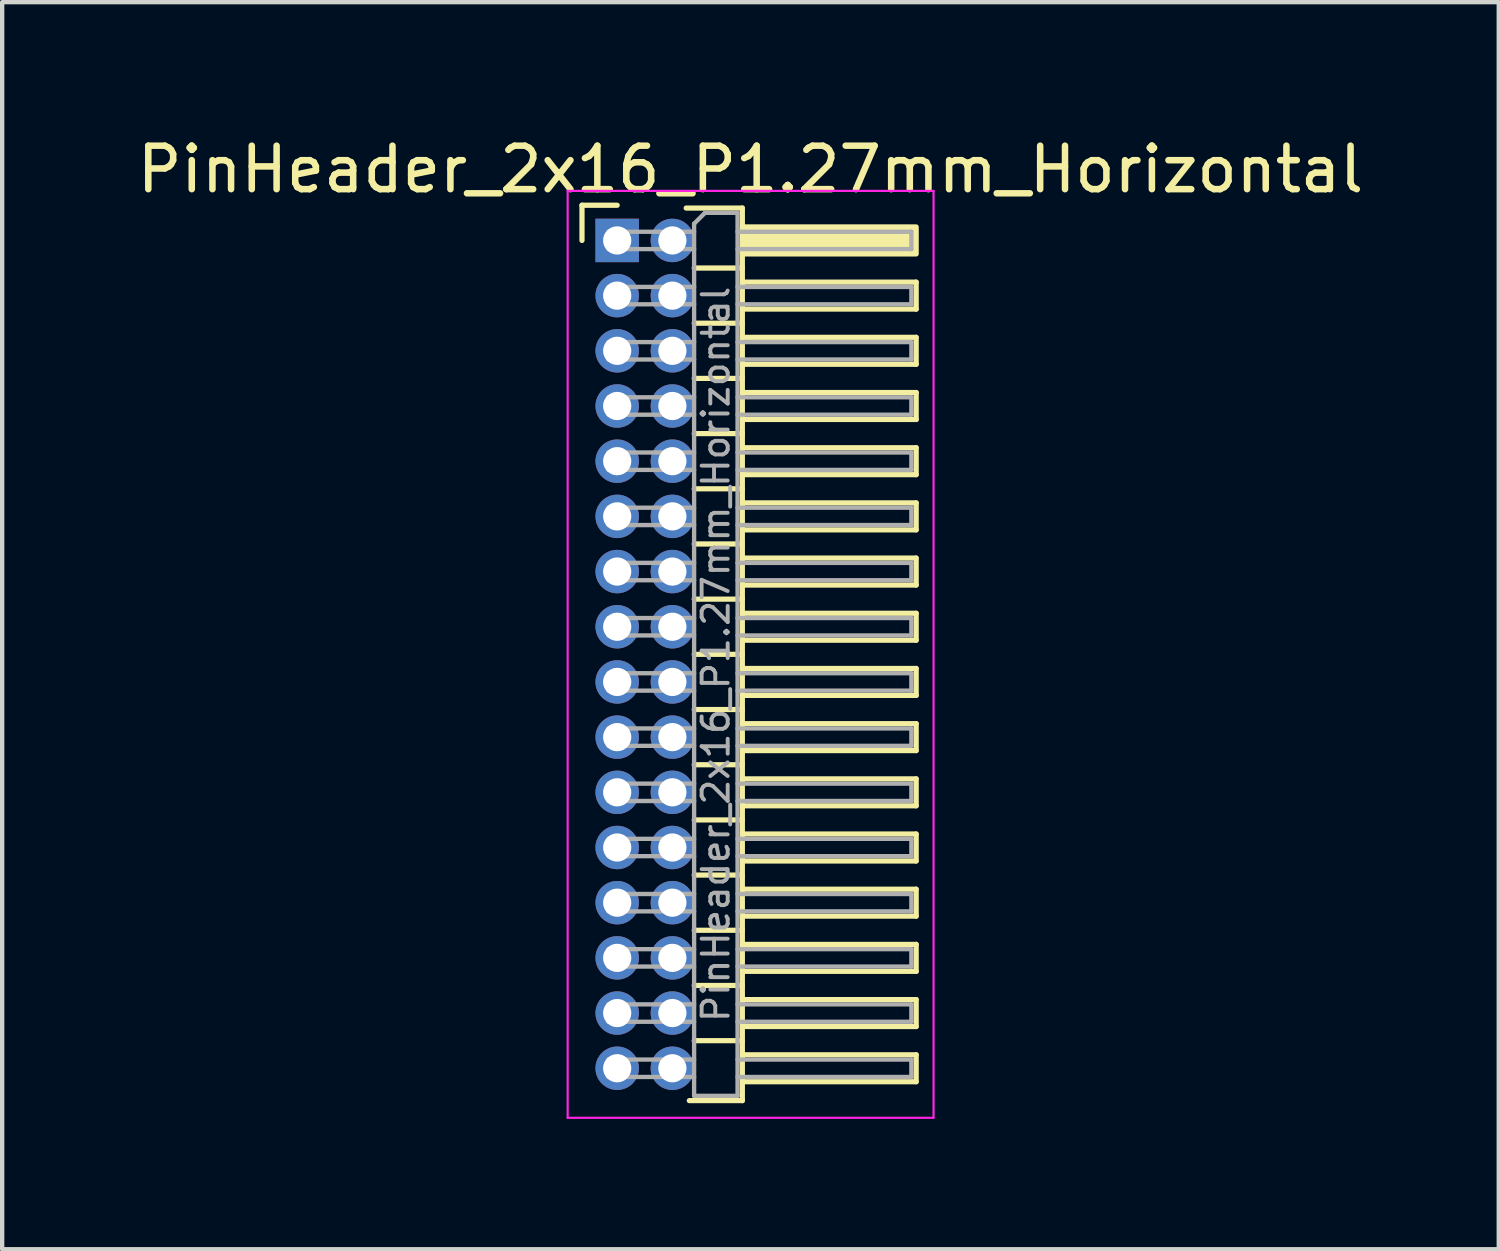
<source format=kicad_pcb>
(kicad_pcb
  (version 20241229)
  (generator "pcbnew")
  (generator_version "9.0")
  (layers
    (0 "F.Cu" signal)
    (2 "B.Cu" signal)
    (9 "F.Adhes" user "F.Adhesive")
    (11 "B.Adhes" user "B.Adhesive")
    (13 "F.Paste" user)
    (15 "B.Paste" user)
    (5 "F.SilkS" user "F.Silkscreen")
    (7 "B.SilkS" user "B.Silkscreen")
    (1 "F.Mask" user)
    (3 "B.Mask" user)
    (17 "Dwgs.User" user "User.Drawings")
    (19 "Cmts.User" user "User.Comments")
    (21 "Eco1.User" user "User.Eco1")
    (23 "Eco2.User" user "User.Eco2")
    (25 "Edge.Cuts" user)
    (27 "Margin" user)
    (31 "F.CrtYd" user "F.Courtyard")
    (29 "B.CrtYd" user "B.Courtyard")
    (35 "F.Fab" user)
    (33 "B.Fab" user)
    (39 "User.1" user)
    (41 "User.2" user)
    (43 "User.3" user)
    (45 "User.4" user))
  (footprint "PinHeader_2x16_P1.27mm_Horizontal"
    (layer "F.Cu")
    (at 11.153 2.483)
    (property "Reference" "PinHeader_2x16_P1.27mm_Horizontal" (at 3.067 -1.635 0) (layer "F.SilkS") (effects (font (size 1 1) (thickness 0.15))))
    (attr through_hole)
    (fp_line (start -0.81 -0.81) (end 0 -0.81) (stroke (width 0.12) (type solid)) (layer "F.SilkS"))
    (fp_line (start -0.81 0) (end -0.81 -0.81) (stroke (width 0.12) (type solid)) (layer "F.SilkS"))
    (fp_line (start 1.588 -0.745) (end 2.88 -0.745) (stroke (width 0.12) (type solid)) (layer "F.SilkS"))
    (fp_line (start 1.773 0.635) (end 2.88 0.635) (stroke (width 0.12) (type solid)) (layer "F.SilkS"))
    (fp_line (start 1.773 1.905) (end 2.88 1.905) (stroke (width 0.12) (type solid)) (layer "F.SilkS"))
    (fp_line (start 1.773 3.175) (end 2.88 3.175) (stroke (width 0.12) (type solid)) (layer "F.SilkS"))
    (fp_line (start 1.773 4.445) (end 2.88 4.445) (stroke (width 0.12) (type solid)) (layer "F.SilkS"))
    (fp_line (start 1.773 5.715) (end 2.88 5.715) (stroke (width 0.12) (type solid)) (layer "F.SilkS"))
    (fp_line (start 1.773 6.985) (end 2.88 6.985) (stroke (width 0.12) (type solid)) (layer "F.SilkS"))
    (fp_line (start 1.773 8.255) (end 2.88 8.255) (stroke (width 0.12) (type solid)) (layer "F.SilkS"))
    (fp_line (start 1.773 9.525) (end 2.88 9.525) (stroke (width 0.12) (type solid)) (layer "F.SilkS"))
    (fp_line (start 1.773 10.795) (end 2.88 10.795) (stroke (width 0.12) (type solid)) (layer "F.SilkS"))
    (fp_line (start 1.773 12.065) (end 2.88 12.065) (stroke (width 0.12) (type solid)) (layer "F.SilkS"))
    (fp_line (start 1.773 13.335) (end 2.88 13.335) (stroke (width 0.12) (type solid)) (layer "F.SilkS"))
    (fp_line (start 1.773 14.605) (end 2.88 14.605) (stroke (width 0.12) (type solid)) (layer "F.SilkS"))
    (fp_line (start 1.773 15.875) (end 2.88 15.875) (stroke (width 0.12) (type solid)) (layer "F.SilkS"))
    (fp_line (start 1.773 17.145) (end 2.88 17.145) (stroke (width 0.12) (type solid)) (layer "F.SilkS"))
    (fp_line (start 1.773 18.415) (end 2.88 18.415) (stroke (width 0.12) (type solid)) (layer "F.SilkS"))
    (fp_line (start 2.88 -0.745) (end 2.88 19.795) (stroke (width 0.12) (type solid)) (layer "F.SilkS"))
    (fp_line (start 2.88 0.96) (end 6.88 0.96) (stroke (width 0.12) (type solid)) (layer "F.SilkS"))
    (fp_line (start 2.88 2.23) (end 6.88 2.23) (stroke (width 0.12) (type solid)) (layer "F.SilkS"))
    (fp_line (start 2.88 3.5) (end 6.88 3.5) (stroke (width 0.12) (type solid)) (layer "F.SilkS"))
    (fp_line (start 2.88 4.77) (end 6.88 4.77) (stroke (width 0.12) (type solid)) (layer "F.SilkS"))
    (fp_line (start 2.88 6.04) (end 6.88 6.04) (stroke (width 0.12) (type solid)) (layer "F.SilkS"))
    (fp_line (start 2.88 7.31) (end 6.88 7.31) (stroke (width 0.12) (type solid)) (layer "F.SilkS"))
    (fp_line (start 2.88 8.58) (end 6.88 8.58) (stroke (width 0.12) (type solid)) (layer "F.SilkS"))
    (fp_line (start 2.88 9.85) (end 6.88 9.85) (stroke (width 0.12) (type solid)) (layer "F.SilkS"))
    (fp_line (start 2.88 11.12) (end 6.88 11.12) (stroke (width 0.12) (type solid)) (layer "F.SilkS"))
    (fp_line (start 2.88 12.39) (end 6.88 12.39) (stroke (width 0.12) (type solid)) (layer "F.SilkS"))
    (fp_line (start 2.88 13.66) (end 6.88 13.66) (stroke (width 0.12) (type solid)) (layer "F.SilkS"))
    (fp_line (start 2.88 14.93) (end 6.88 14.93) (stroke (width 0.12) (type solid)) (layer "F.SilkS"))
    (fp_line (start 2.88 16.2) (end 6.88 16.2) (stroke (width 0.12) (type solid)) (layer "F.SilkS"))
    (fp_line (start 2.88 17.47) (end 6.88 17.47) (stroke (width 0.12) (type solid)) (layer "F.SilkS"))
    (fp_line (start 2.88 18.74) (end 6.88 18.74) (stroke (width 0.12) (type solid)) (layer "F.SilkS"))
    (fp_line (start 2.88 19.795) (end 1.66 19.795) (stroke (width 0.12) (type solid)) (layer "F.SilkS"))
    (fp_line (start 6.88 0.96) (end 6.88 1.58) (stroke (width 0.12) (type solid)) (layer "F.SilkS"))
    (fp_line (start 6.88 1.58) (end 2.88 1.58) (stroke (width 0.12) (type solid)) (layer "F.SilkS"))
    (fp_line (start 6.88 2.23) (end 6.88 2.85) (stroke (width 0.12) (type solid)) (layer "F.SilkS"))
    (fp_line (start 6.88 2.85) (end 2.88 2.85) (stroke (width 0.12) (type solid)) (layer "F.SilkS"))
    (fp_line (start 6.88 3.5) (end 6.88 4.12) (stroke (width 0.12) (type solid)) (layer "F.SilkS"))
    (fp_line (start 6.88 4.12) (end 2.88 4.12) (stroke (width 0.12) (type solid)) (layer "F.SilkS"))
    (fp_line (start 6.88 4.77) (end 6.88 5.39) (stroke (width 0.12) (type solid)) (layer "F.SilkS"))
    (fp_line (start 6.88 5.39) (end 2.88 5.39) (stroke (width 0.12) (type solid)) (layer "F.SilkS"))
    (fp_line (start 6.88 6.04) (end 6.88 6.66) (stroke (width 0.12) (type solid)) (layer "F.SilkS"))
    (fp_line (start 6.88 6.66) (end 2.88 6.66) (stroke (width 0.12) (type solid)) (layer "F.SilkS"))
    (fp_line (start 6.88 7.31) (end 6.88 7.93) (stroke (width 0.12) (type solid)) (layer "F.SilkS"))
    (fp_line (start 6.88 7.93) (end 2.88 7.93) (stroke (width 0.12) (type solid)) (layer "F.SilkS"))
    (fp_line (start 6.88 8.58) (end 6.88 9.2) (stroke (width 0.12) (type solid)) (layer "F.SilkS"))
    (fp_line (start 6.88 9.2) (end 2.88 9.2) (stroke (width 0.12) (type solid)) (layer "F.SilkS"))
    (fp_line (start 6.88 9.85) (end 6.88 10.47) (stroke (width 0.12) (type solid)) (layer "F.SilkS"))
    (fp_line (start 6.88 10.47) (end 2.88 10.47) (stroke (width 0.12) (type solid)) (layer "F.SilkS"))
    (fp_line (start 6.88 11.12) (end 6.88 11.74) (stroke (width 0.12) (type solid)) (layer "F.SilkS"))
    (fp_line (start 6.88 11.74) (end 2.88 11.74) (stroke (width 0.12) (type solid)) (layer "F.SilkS"))
    (fp_line (start 6.88 12.39) (end 6.88 13.01) (stroke (width 0.12) (type solid)) (layer "F.SilkS"))
    (fp_line (start 6.88 13.01) (end 2.88 13.01) (stroke (width 0.12) (type solid)) (layer "F.SilkS"))
    (fp_line (start 6.88 13.66) (end 6.88 14.28) (stroke (width 0.12) (type solid)) (layer "F.SilkS"))
    (fp_line (start 6.88 14.28) (end 2.88 14.28) (stroke (width 0.12) (type solid)) (layer "F.SilkS"))
    (fp_line (start 6.88 14.93) (end 6.88 15.55) (stroke (width 0.12) (type solid)) (layer "F.SilkS"))
    (fp_line (start 6.88 15.55) (end 2.88 15.55) (stroke (width 0.12) (type solid)) (layer "F.SilkS"))
    (fp_line (start 6.88 16.2) (end 6.88 16.82) (stroke (width 0.12) (type solid)) (layer "F.SilkS"))
    (fp_line (start 6.88 16.82) (end 2.88 16.82) (stroke (width 0.12) (type solid)) (layer "F.SilkS"))
    (fp_line (start 6.88 17.47) (end 6.88 18.09) (stroke (width 0.12) (type solid)) (layer "F.SilkS"))
    (fp_line (start 6.88 18.09) (end 2.88 18.09) (stroke (width 0.12) (type solid)) (layer "F.SilkS"))
    (fp_line (start 6.88 18.74) (end 6.88 19.36) (stroke (width 0.12) (type solid)) (layer "F.SilkS"))
    (fp_line (start 6.88 19.36) (end 2.88 19.36) (stroke (width 0.12) (type solid)) (layer "F.SilkS"))
    (fp_rect (start 2.88 -0.31) (end 6.88 0.31) (stroke (width 0.12) (type solid)) (fill yes) (layer "F.SilkS"))
    (fp_line (start -1.14 -1.14) (end -1.14 20.19) (stroke (width 0.05) (type solid)) (layer "F.CrtYd"))
    (fp_line (start -1.14 20.19) (end 7.28 20.19) (stroke (width 0.05) (type solid)) (layer "F.CrtYd"))
    (fp_line (start 7.28 -1.14) (end -1.14 -1.14) (stroke (width 0.05) (type solid)) (layer "F.CrtYd"))
    (fp_line (start 7.28 20.19) (end 7.28 -1.14) (stroke (width 0.05) (type solid)) (layer "F.CrtYd"))
    (fp_line (start -0.2 -0.2) (end -0.2 0.2) (stroke (width 0.1) (type solid)) (layer "F.Fab"))
    (fp_line (start -0.2 -0.2) (end 1.77 -0.2) (stroke (width 0.1) (type solid)) (layer "F.Fab"))
    (fp_line (start -0.2 0.2) (end 1.77 0.2) (stroke (width 0.1) (type solid)) (layer "F.Fab"))
    (fp_line (start -0.2 1.07) (end -0.2 1.47) (stroke (width 0.1) (type solid)) (layer "F.Fab"))
    (fp_line (start -0.2 1.07) (end 1.77 1.07) (stroke (width 0.1) (type solid)) (layer "F.Fab"))
    (fp_line (start -0.2 1.47) (end 1.77 1.47) (stroke (width 0.1) (type solid)) (layer "F.Fab"))
    (fp_line (start -0.2 2.34) (end -0.2 2.74) (stroke (width 0.1) (type solid)) (layer "F.Fab"))
    (fp_line (start -0.2 2.34) (end 1.77 2.34) (stroke (width 0.1) (type solid)) (layer "F.Fab"))
    (fp_line (start -0.2 2.74) (end 1.77 2.74) (stroke (width 0.1) (type solid)) (layer "F.Fab"))
    (fp_line (start -0.2 3.61) (end -0.2 4.01) (stroke (width 0.1) (type solid)) (layer "F.Fab"))
    (fp_line (start -0.2 3.61) (end 1.77 3.61) (stroke (width 0.1) (type solid)) (layer "F.Fab"))
    (fp_line (start -0.2 4.01) (end 1.77 4.01) (stroke (width 0.1) (type solid)) (layer "F.Fab"))
    (fp_line (start -0.2 4.88) (end -0.2 5.28) (stroke (width 0.1) (type solid)) (layer "F.Fab"))
    (fp_line (start -0.2 4.88) (end 1.77 4.88) (stroke (width 0.1) (type solid)) (layer "F.Fab"))
    (fp_line (start -0.2 5.28) (end 1.77 5.28) (stroke (width 0.1) (type solid)) (layer "F.Fab"))
    (fp_line (start -0.2 6.15) (end -0.2 6.55) (stroke (width 0.1) (type solid)) (layer "F.Fab"))
    (fp_line (start -0.2 6.15) (end 1.77 6.15) (stroke (width 0.1) (type solid)) (layer "F.Fab"))
    (fp_line (start -0.2 6.55) (end 1.77 6.55) (stroke (width 0.1) (type solid)) (layer "F.Fab"))
    (fp_line (start -0.2 7.42) (end -0.2 7.82) (stroke (width 0.1) (type solid)) (layer "F.Fab"))
    (fp_line (start -0.2 7.42) (end 1.77 7.42) (stroke (width 0.1) (type solid)) (layer "F.Fab"))
    (fp_line (start -0.2 7.82) (end 1.77 7.82) (stroke (width 0.1) (type solid)) (layer "F.Fab"))
    (fp_line (start -0.2 8.69) (end -0.2 9.09) (stroke (width 0.1) (type solid)) (layer "F.Fab"))
    (fp_line (start -0.2 8.69) (end 1.77 8.69) (stroke (width 0.1) (type solid)) (layer "F.Fab"))
    (fp_line (start -0.2 9.09) (end 1.77 9.09) (stroke (width 0.1) (type solid)) (layer "F.Fab"))
    (fp_line (start -0.2 9.96) (end -0.2 10.36) (stroke (width 0.1) (type solid)) (layer "F.Fab"))
    (fp_line (start -0.2 9.96) (end 1.77 9.96) (stroke (width 0.1) (type solid)) (layer "F.Fab"))
    (fp_line (start -0.2 10.36) (end 1.77 10.36) (stroke (width 0.1) (type solid)) (layer "F.Fab"))
    (fp_line (start -0.2 11.23) (end -0.2 11.63) (stroke (width 0.1) (type solid)) (layer "F.Fab"))
    (fp_line (start -0.2 11.23) (end 1.77 11.23) (stroke (width 0.1) (type solid)) (layer "F.Fab"))
    (fp_line (start -0.2 11.63) (end 1.77 11.63) (stroke (width 0.1) (type solid)) (layer "F.Fab"))
    (fp_line (start -0.2 12.5) (end -0.2 12.9) (stroke (width 0.1) (type solid)) (layer "F.Fab"))
    (fp_line (start -0.2 12.5) (end 1.77 12.5) (stroke (width 0.1) (type solid)) (layer "F.Fab"))
    (fp_line (start -0.2 12.9) (end 1.77 12.9) (stroke (width 0.1) (type solid)) (layer "F.Fab"))
    (fp_line (start -0.2 13.77) (end -0.2 14.17) (stroke (width 0.1) (type solid)) (layer "F.Fab"))
    (fp_line (start -0.2 13.77) (end 1.77 13.77) (stroke (width 0.1) (type solid)) (layer "F.Fab"))
    (fp_line (start -0.2 14.17) (end 1.77 14.17) (stroke (width 0.1) (type solid)) (layer "F.Fab"))
    (fp_line (start -0.2 15.04) (end -0.2 15.44) (stroke (width 0.1) (type solid)) (layer "F.Fab"))
    (fp_line (start -0.2 15.04) (end 1.77 15.04) (stroke (width 0.1) (type solid)) (layer "F.Fab"))
    (fp_line (start -0.2 15.44) (end 1.77 15.44) (stroke (width 0.1) (type solid)) (layer "F.Fab"))
    (fp_line (start -0.2 16.31) (end -0.2 16.71) (stroke (width 0.1) (type solid)) (layer "F.Fab"))
    (fp_line (start -0.2 16.31) (end 1.77 16.31) (stroke (width 0.1) (type solid)) (layer "F.Fab"))
    (fp_line (start -0.2 16.71) (end 1.77 16.71) (stroke (width 0.1) (type solid)) (layer "F.Fab"))
    (fp_line (start -0.2 17.58) (end -0.2 17.98) (stroke (width 0.1) (type solid)) (layer "F.Fab"))
    (fp_line (start -0.2 17.58) (end 1.77 17.58) (stroke (width 0.1) (type solid)) (layer "F.Fab"))
    (fp_line (start -0.2 17.98) (end 1.77 17.98) (stroke (width 0.1) (type solid)) (layer "F.Fab"))
    (fp_line (start -0.2 18.85) (end -0.2 19.25) (stroke (width 0.1) (type solid)) (layer "F.Fab"))
    (fp_line (start -0.2 18.85) (end 1.77 18.85) (stroke (width 0.1) (type solid)) (layer "F.Fab"))
    (fp_line (start -0.2 19.25) (end 1.77 19.25) (stroke (width 0.1) (type solid)) (layer "F.Fab"))
    (fp_line (start 1.77 -0.385) (end 2.02 -0.635) (stroke (width 0.1) (type solid)) (layer "F.Fab"))
    (fp_line (start 1.77 19.685) (end 1.77 -0.385) (stroke (width 0.1) (type solid)) (layer "F.Fab"))
    (fp_line (start 2.02 -0.635) (end 2.77 -0.635) (stroke (width 0.1) (type solid)) (layer "F.Fab"))
    (fp_line (start 2.77 -0.635) (end 2.77 19.685) (stroke (width 0.1) (type solid)) (layer "F.Fab"))
    (fp_line (start 2.77 -0.2) (end 6.77 -0.2) (stroke (width 0.1) (type solid)) (layer "F.Fab"))
    (fp_line (start 2.77 0.2) (end 6.77 0.2) (stroke (width 0.1) (type solid)) (layer "F.Fab"))
    (fp_line (start 2.77 1.07) (end 6.77 1.07) (stroke (width 0.1) (type solid)) (layer "F.Fab"))
    (fp_line (start 2.77 1.47) (end 6.77 1.47) (stroke (width 0.1) (type solid)) (layer "F.Fab"))
    (fp_line (start 2.77 2.34) (end 6.77 2.34) (stroke (width 0.1) (type solid)) (layer "F.Fab"))
    (fp_line (start 2.77 2.74) (end 6.77 2.74) (stroke (width 0.1) (type solid)) (layer "F.Fab"))
    (fp_line (start 2.77 3.61) (end 6.77 3.61) (stroke (width 0.1) (type solid)) (layer "F.Fab"))
    (fp_line (start 2.77 4.01) (end 6.77 4.01) (stroke (width 0.1) (type solid)) (layer "F.Fab"))
    (fp_line (start 2.77 4.88) (end 6.77 4.88) (stroke (width 0.1) (type solid)) (layer "F.Fab"))
    (fp_line (start 2.77 5.28) (end 6.77 5.28) (stroke (width 0.1) (type solid)) (layer "F.Fab"))
    (fp_line (start 2.77 6.15) (end 6.77 6.15) (stroke (width 0.1) (type solid)) (layer "F.Fab"))
    (fp_line (start 2.77 6.55) (end 6.77 6.55) (stroke (width 0.1) (type solid)) (layer "F.Fab"))
    (fp_line (start 2.77 7.42) (end 6.77 7.42) (stroke (width 0.1) (type solid)) (layer "F.Fab"))
    (fp_line (start 2.77 7.82) (end 6.77 7.82) (stroke (width 0.1) (type solid)) (layer "F.Fab"))
    (fp_line (start 2.77 8.69) (end 6.77 8.69) (stroke (width 0.1) (type solid)) (layer "F.Fab"))
    (fp_line (start 2.77 9.09) (end 6.77 9.09) (stroke (width 0.1) (type solid)) (layer "F.Fab"))
    (fp_line (start 2.77 9.96) (end 6.77 9.96) (stroke (width 0.1) (type solid)) (layer "F.Fab"))
    (fp_line (start 2.77 10.36) (end 6.77 10.36) (stroke (width 0.1) (type solid)) (layer "F.Fab"))
    (fp_line (start 2.77 11.23) (end 6.77 11.23) (stroke (width 0.1) (type solid)) (layer "F.Fab"))
    (fp_line (start 2.77 11.63) (end 6.77 11.63) (stroke (width 0.1) (type solid)) (layer "F.Fab"))
    (fp_line (start 2.77 12.5) (end 6.77 12.5) (stroke (width 0.1) (type solid)) (layer "F.Fab"))
    (fp_line (start 2.77 12.9) (end 6.77 12.9) (stroke (width 0.1) (type solid)) (layer "F.Fab"))
    (fp_line (start 2.77 13.77) (end 6.77 13.77) (stroke (width 0.1) (type solid)) (layer "F.Fab"))
    (fp_line (start 2.77 14.17) (end 6.77 14.17) (stroke (width 0.1) (type solid)) (layer "F.Fab"))
    (fp_line (start 2.77 15.04) (end 6.77 15.04) (stroke (width 0.1) (type solid)) (layer "F.Fab"))
    (fp_line (start 2.77 15.44) (end 6.77 15.44) (stroke (width 0.1) (type solid)) (layer "F.Fab"))
    (fp_line (start 2.77 16.31) (end 6.77 16.31) (stroke (width 0.1) (type solid)) (layer "F.Fab"))
    (fp_line (start 2.77 16.71) (end 6.77 16.71) (stroke (width 0.1) (type solid)) (layer "F.Fab"))
    (fp_line (start 2.77 17.58) (end 6.77 17.58) (stroke (width 0.1) (type solid)) (layer "F.Fab"))
    (fp_line (start 2.77 17.98) (end 6.77 17.98) (stroke (width 0.1) (type solid)) (layer "F.Fab"))
    (fp_line (start 2.77 18.85) (end 6.77 18.85) (stroke (width 0.1) (type solid)) (layer "F.Fab"))
    (fp_line (start 2.77 19.25) (end 6.77 19.25) (stroke (width 0.1) (type solid)) (layer "F.Fab"))
    (fp_line (start 2.77 19.685) (end 1.77 19.685) (stroke (width 0.1) (type solid)) (layer "F.Fab"))
    (fp_line (start 6.77 -0.2) (end 6.77 0.2) (stroke (width 0.1) (type solid)) (layer "F.Fab"))
    (fp_line (start 6.77 1.07) (end 6.77 1.47) (stroke (width 0.1) (type solid)) (layer "F.Fab"))
    (fp_line (start 6.77 2.34) (end 6.77 2.74) (stroke (width 0.1) (type solid)) (layer "F.Fab"))
    (fp_line (start 6.77 3.61) (end 6.77 4.01) (stroke (width 0.1) (type solid)) (layer "F.Fab"))
    (fp_line (start 6.77 4.88) (end 6.77 5.28) (stroke (width 0.1) (type solid)) (layer "F.Fab"))
    (fp_line (start 6.77 6.15) (end 6.77 6.55) (stroke (width 0.1) (type solid)) (layer "F.Fab"))
    (fp_line (start 6.77 7.42) (end 6.77 7.82) (stroke (width 0.1) (type solid)) (layer "F.Fab"))
    (fp_line (start 6.77 8.69) (end 6.77 9.09) (stroke (width 0.1) (type solid)) (layer "F.Fab"))
    (fp_line (start 6.77 9.96) (end 6.77 10.36) (stroke (width 0.1) (type solid)) (layer "F.Fab"))
    (fp_line (start 6.77 11.23) (end 6.77 11.63) (stroke (width 0.1) (type solid)) (layer "F.Fab"))
    (fp_line (start 6.77 12.5) (end 6.77 12.9) (stroke (width 0.1) (type solid)) (layer "F.Fab"))
    (fp_line (start 6.77 13.77) (end 6.77 14.17) (stroke (width 0.1) (type solid)) (layer "F.Fab"))
    (fp_line (start 6.77 15.04) (end 6.77 15.44) (stroke (width 0.1) (type solid)) (layer "F.Fab"))
    (fp_line (start 6.77 16.31) (end 6.77 16.71) (stroke (width 0.1) (type solid)) (layer "F.Fab"))
    (fp_line (start 6.77 17.58) (end 6.77 17.98) (stroke (width 0.1) (type solid)) (layer "F.Fab"))
    (fp_line (start 6.77 18.85) (end 6.77 19.25) (stroke (width 0.1) (type solid)) (layer "F.Fab"))
    (fp_text user "${REFERENCE}" (at 2.27 9.525 90) (layer "F.Fab") (effects (font (size 0.6 0.6) (thickness 0.09))))
    (pad "1" thru_hole rect (at 0 0) (size 1 1) (drill 0.65) (layers "*.Cu" "*.Mask"))
    (pad "2" thru_hole circle (at 1.27 0) (size 1 1) (drill 0.65) (layers "*.Cu" "*.Mask"))
    (pad "3" thru_hole circle (at 0 1.27) (size 1 1) (drill 0.65) (layers "*.Cu" "*.Mask"))
    (pad "4" thru_hole circle (at 1.27 1.27) (size 1 1) (drill 0.65) (layers "*.Cu" "*.Mask"))
    (pad "5" thru_hole circle (at 0 2.54) (size 1 1) (drill 0.65) (layers "*.Cu" "*.Mask"))
    (pad "6" thru_hole circle (at 1.27 2.54) (size 1 1) (drill 0.65) (layers "*.Cu" "*.Mask"))
    (pad "7" thru_hole circle (at 0 3.81) (size 1 1) (drill 0.65) (layers "*.Cu" "*.Mask"))
    (pad "8" thru_hole circle (at 1.27 3.81) (size 1 1) (drill 0.65) (layers "*.Cu" "*.Mask"))
    (pad "9" thru_hole circle (at 0 5.08) (size 1 1) (drill 0.65) (layers "*.Cu" "*.Mask"))
    (pad "10" thru_hole circle (at 1.27 5.08) (size 1 1) (drill 0.65) (layers "*.Cu" "*.Mask"))
    (pad "11" thru_hole circle (at 0 6.35) (size 1 1) (drill 0.65) (layers "*.Cu" "*.Mask"))
    (pad "12" thru_hole circle (at 1.27 6.35) (size 1 1) (drill 0.65) (layers "*.Cu" "*.Mask"))
    (pad "13" thru_hole circle (at 0 7.62) (size 1 1) (drill 0.65) (layers "*.Cu" "*.Mask"))
    (pad "14" thru_hole circle (at 1.27 7.62) (size 1 1) (drill 0.65) (layers "*.Cu" "*.Mask"))
    (pad "15" thru_hole circle (at 0 8.89) (size 1 1) (drill 0.65) (layers "*.Cu" "*.Mask"))
    (pad "16" thru_hole circle (at 1.27 8.89) (size 1 1) (drill 0.65) (layers "*.Cu" "*.Mask"))
    (pad "17" thru_hole circle (at 0 10.16) (size 1 1) (drill 0.65) (layers "*.Cu" "*.Mask"))
    (pad "18" thru_hole circle (at 1.27 10.16) (size 1 1) (drill 0.65) (layers "*.Cu" "*.Mask"))
    (pad "19" thru_hole circle (at 0 11.43) (size 1 1) (drill 0.65) (layers "*.Cu" "*.Mask"))
    (pad "20" thru_hole circle (at 1.27 11.43) (size 1 1) (drill 0.65) (layers "*.Cu" "*.Mask"))
    (pad "21" thru_hole circle (at 0 12.7) (size 1 1) (drill 0.65) (layers "*.Cu" "*.Mask"))
    (pad "22" thru_hole circle (at 1.27 12.7) (size 1 1) (drill 0.65) (layers "*.Cu" "*.Mask"))
    (pad "23" thru_hole circle (at 0 13.97) (size 1 1) (drill 0.65) (layers "*.Cu" "*.Mask"))
    (pad "24" thru_hole circle (at 1.27 13.97) (size 1 1) (drill 0.65) (layers "*.Cu" "*.Mask"))
    (pad "25" thru_hole circle (at 0 15.24) (size 1 1) (drill 0.65) (layers "*.Cu" "*.Mask"))
    (pad "26" thru_hole circle (at 1.27 15.24) (size 1 1) (drill 0.65) (layers "*.Cu" "*.Mask"))
    (pad "27" thru_hole circle (at 0 16.51) (size 1 1) (drill 0.65) (layers "*.Cu" "*.Mask"))
    (pad "28" thru_hole circle (at 1.27 16.51) (size 1 1) (drill 0.65) (layers "*.Cu" "*.Mask"))
    (pad "29" thru_hole circle (at 0 17.78) (size 1 1) (drill 0.65) (layers "*.Cu" "*.Mask"))
    (pad "30" thru_hole circle (at 1.27 17.78) (size 1 1) (drill 0.65) (layers "*.Cu" "*.Mask"))
    (pad "31" thru_hole circle (at 0 19.05) (size 1 1) (drill 0.65) (layers "*.Cu" "*.Mask"))
    (pad "32" thru_hole circle (at 1.27 19.05) (size 1 1) (drill 0.65) (layers "*.Cu" "*.Mask")))
  (gr_rect
    (start -3 -3)
    (end 31.44 25.698)
    (stroke (width 0.1) (type default))
    (fill no)
    (layer "Edge.Cuts")))
</source>
